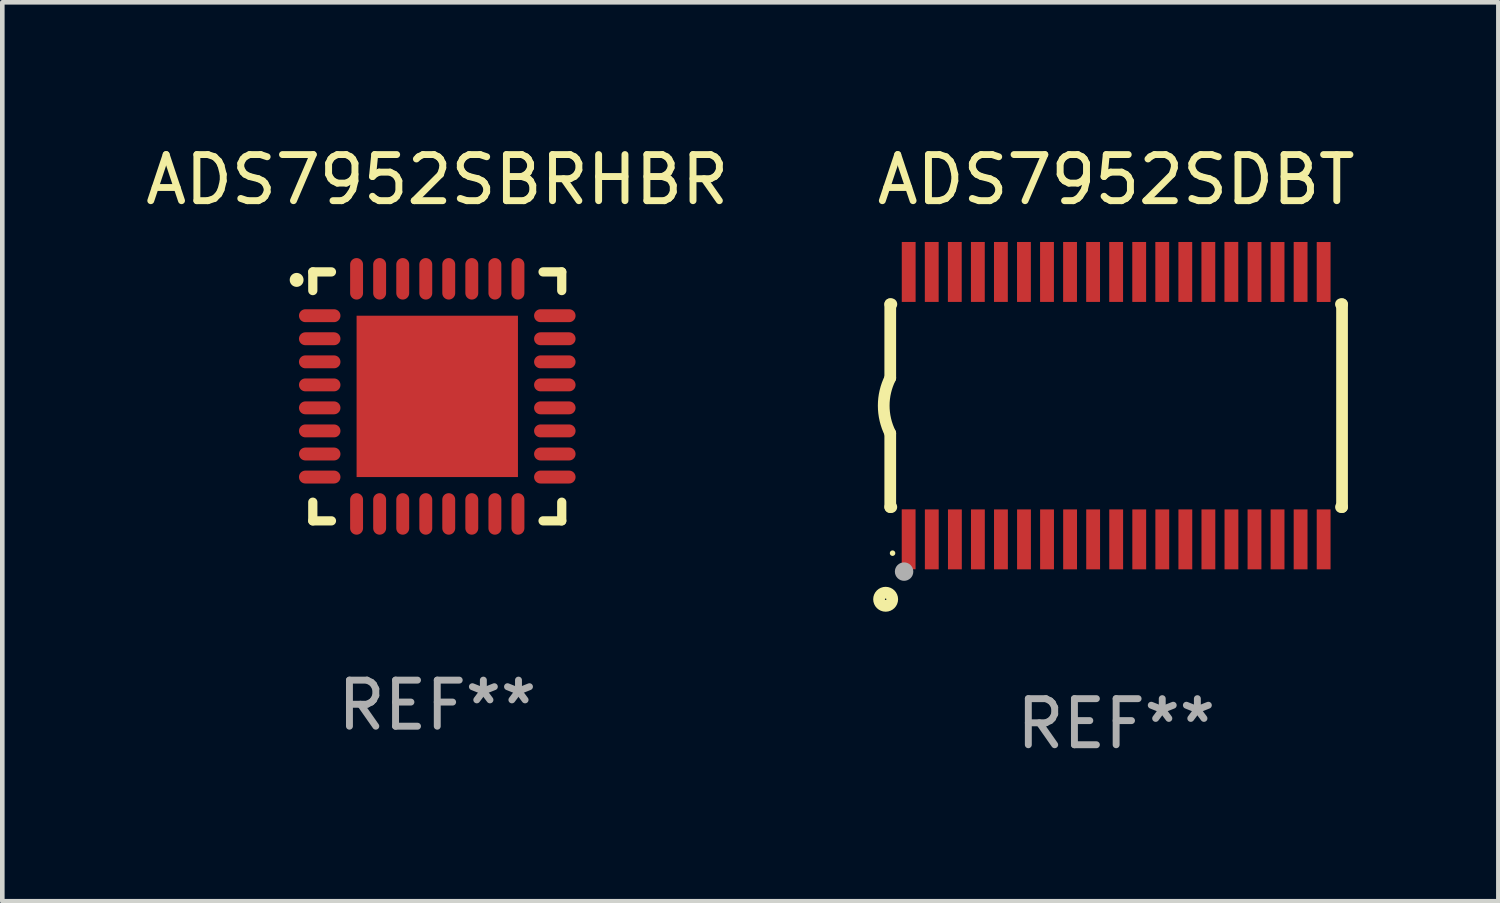
<source format=kicad_pcb>
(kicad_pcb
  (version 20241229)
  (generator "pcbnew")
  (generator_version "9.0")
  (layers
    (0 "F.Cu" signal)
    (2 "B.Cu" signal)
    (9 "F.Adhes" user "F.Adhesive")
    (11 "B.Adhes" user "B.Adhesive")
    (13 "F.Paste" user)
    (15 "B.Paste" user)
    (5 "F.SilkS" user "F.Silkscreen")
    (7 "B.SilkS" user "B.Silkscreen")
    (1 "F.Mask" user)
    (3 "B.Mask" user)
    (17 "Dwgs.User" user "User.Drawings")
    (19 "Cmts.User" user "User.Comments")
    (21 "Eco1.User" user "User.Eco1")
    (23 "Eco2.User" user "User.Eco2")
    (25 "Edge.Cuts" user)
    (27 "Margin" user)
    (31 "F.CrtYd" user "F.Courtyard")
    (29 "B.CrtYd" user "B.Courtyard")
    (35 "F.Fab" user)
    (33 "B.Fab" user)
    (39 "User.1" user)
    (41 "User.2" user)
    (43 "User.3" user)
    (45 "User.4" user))
  (footprint "ADS7952SBRHBR"
    (layer "F.Cu")
    (at 6.435 5.548)
    (property "Reference" "ADS7952SBRHBR" (at 0 -4.7 0) (layer "F.SilkS") (effects (font (size 1 1) (thickness 0.15))))
    (attr through_hole)
    (fp_line (start -2.7 -2.7) (end -2.295 -2.7) (stroke (width 0.2) (type solid)) (layer "F.SilkS"))
    (fp_line (start -2.7 -2.295) (end -2.7 -2.7) (stroke (width 0.2) (type solid)) (layer "F.SilkS"))
    (fp_line (start -2.7 2.295) (end -2.7 2.7) (stroke (width 0.2) (type solid)) (layer "F.SilkS"))
    (fp_line (start -2.7 2.7) (end -2.295 2.7) (stroke (width 0.2) (type solid)) (layer "F.SilkS"))
    (fp_line (start 2.295 -2.7) (end 2.7 -2.7) (stroke (width 0.2) (type solid)) (layer "F.SilkS"))
    (fp_line (start 2.295 2.7) (end 2.7 2.7) (stroke (width 0.2) (type solid)) (layer "F.SilkS"))
    (fp_line (start 2.7 -2.7) (end 2.7 -2.295) (stroke (width 0.2) (type solid)) (layer "F.SilkS"))
    (fp_line (start 2.7 2.7) (end 2.7 2.295) (stroke (width 0.2) (type solid)) (layer "F.SilkS"))
    (fp_arc (start -3.050546 -2.525349) (mid -3.050551 -2.526619) (end -3.050546 -2.527889) (stroke (width 0.3) (type solid)) (layer "F.SilkS"))
    (fp_text user "REF**" (at 0 6.7 0) (layer "F.Fab") (effects (font (size 1 1) (thickness 0.15))))
    (pad "1" smd oval (at -2.55 -1.75 270) (size 0.28 0.9) (layers "F.Cu" "F.Mask" "F.Paste"))
    (pad "2" smd oval (at -2.55 -1.25 270) (size 0.28 0.9) (layers "F.Cu" "F.Mask" "F.Paste"))
    (pad "3" smd oval (at -2.55 -0.749 270) (size 0.28 0.9) (layers "F.Cu" "F.Mask" "F.Paste"))
    (pad "4" smd oval (at -2.55 -0.249 270) (size 0.28 0.9) (layers "F.Cu" "F.Mask" "F.Paste"))
    (pad "5" smd oval (at -2.55 0.249 270) (size 0.28 0.9) (layers "F.Cu" "F.Mask" "F.Paste"))
    (pad "6" smd oval (at -2.55 0.749 270) (size 0.28 0.9) (layers "F.Cu" "F.Mask" "F.Paste"))
    (pad "7" smd oval (at -2.55 1.25 270) (size 0.28 0.9) (layers "F.Cu" "F.Mask" "F.Paste"))
    (pad "8" smd oval (at -2.55 1.75 270) (size 0.28 0.9) (layers "F.Cu" "F.Mask" "F.Paste"))
    (pad "9" smd oval (at -1.75 2.55 270) (size 0.9 0.28) (layers "F.Cu" "F.Mask" "F.Paste"))
    (pad "10" smd oval (at -1.25 2.55 270) (size 0.9 0.28) (layers "F.Cu" "F.Mask" "F.Paste"))
    (pad "11" smd oval (at -0.749 2.55 270) (size 0.9 0.28) (layers "F.Cu" "F.Mask" "F.Paste"))
    (pad "12" smd oval (at -0.249 2.55 270) (size 0.9 0.28) (layers "F.Cu" "F.Mask" "F.Paste"))
    (pad "13" smd oval (at 0.249 2.55 270) (size 0.9 0.28) (layers "F.Cu" "F.Mask" "F.Paste"))
    (pad "14" smd oval (at 0.749 2.55 270) (size 0.9 0.28) (layers "F.Cu" "F.Mask" "F.Paste"))
    (pad "15" smd oval (at 1.25 2.55 270) (size 0.9 0.28) (layers "F.Cu" "F.Mask" "F.Paste"))
    (pad "16" smd oval (at 1.75 2.55 270) (size 0.9 0.28) (layers "F.Cu" "F.Mask" "F.Paste"))
    (pad "17" smd oval (at 2.55 1.75 270) (size 0.28 0.9) (layers "F.Cu" "F.Mask" "F.Paste"))
    (pad "18" smd oval (at 2.55 1.25 270) (size 0.28 0.9) (layers "F.Cu" "F.Mask" "F.Paste"))
    (pad "19" smd oval (at 2.55 0.749 270) (size 0.28 0.9) (layers "F.Cu" "F.Mask" "F.Paste"))
    (pad "20" smd oval (at 2.55 0.249 270) (size 0.28 0.9) (layers "F.Cu" "F.Mask" "F.Paste"))
    (pad "21" smd oval (at 2.55 -0.249 270) (size 0.28 0.9) (layers "F.Cu" "F.Mask" "F.Paste"))
    (pad "22" smd oval (at 2.55 -0.749 270) (size 0.28 0.9) (layers "F.Cu" "F.Mask" "F.Paste"))
    (pad "23" smd oval (at 2.55 -1.25 270) (size 0.28 0.9) (layers "F.Cu" "F.Mask" "F.Paste"))
    (pad "24" smd oval (at 2.55 -1.75 270) (size 0.28 0.9) (layers "F.Cu" "F.Mask" "F.Paste"))
    (pad "25" smd oval (at 1.75 -2.55 270) (size 0.9 0.28) (layers "F.Cu" "F.Mask" "F.Paste"))
    (pad "26" smd oval (at 1.25 -2.55 270) (size 0.9 0.28) (layers "F.Cu" "F.Mask" "F.Paste"))
    (pad "27" smd oval (at 0.749 -2.55 270) (size 0.9 0.28) (layers "F.Cu" "F.Mask" "F.Paste"))
    (pad "28" smd oval (at 0.249 -2.55 270) (size 0.9 0.28) (layers "F.Cu" "F.Mask" "F.Paste"))
    (pad "29" smd oval (at -0.249 -2.55 270) (size 0.9 0.28) (layers "F.Cu" "F.Mask" "F.Paste"))
    (pad "30" smd oval (at -0.749 -2.55 270) (size 0.9 0.28) (layers "F.Cu" "F.Mask" "F.Paste"))
    (pad "31" smd oval (at -1.25 -2.55 270) (size 0.9 0.28) (layers "F.Cu" "F.Mask" "F.Paste"))
    (pad "32" smd oval (at -1.75 -2.55 270) (size 0.9 0.28) (layers "F.Cu" "F.Mask" "F.Paste"))
    (pad "33" smd rect (at 0.000127 0.000229 270) (size 3.5 3.5) (layers "F.Cu" "F.Mask" "F.Paste")))
  (footprint "ADS7952SDBT"
    (layer "F.Cu")
    (at 21.161 5.749)
    (property "Reference" "ADS7952SDBT" (at 0 -4.901 0) (layer "F.SilkS") (effects (font (size 1 1) (thickness 0.15))))
    (attr through_hole)
    (fp_line (start -4.9 -2.2) (end -4.9 -0.6) (stroke (width 0.254) (type solid)) (layer "F.SilkS"))
    (fp_line (start -4.9 -2.2) (end -4.876 -2.2) (stroke (width 0.254) (type solid)) (layer "F.SilkS"))
    (fp_line (start -4.9 2.2) (end -4.9 0.6) (stroke (width 0.254) (type solid)) (layer "F.SilkS"))
    (fp_line (start -4.9 2.2) (end -4.877 2.2) (stroke (width 0.254) (type solid)) (layer "F.SilkS"))
    (fp_line (start 4.876 -2.2) (end 4.9 -2.2) (stroke (width 0.254) (type solid)) (layer "F.SilkS"))
    (fp_line (start 4.877 2.2) (end 4.9 2.2) (stroke (width 0.254) (type solid)) (layer "F.SilkS"))
    (fp_line (start 4.9 -2.2) (end 4.9 2.2) (stroke (width 0.254) (type solid)) (layer "F.SilkS"))
    (fp_arc (start -4.900051 0.599822) (mid -5.041652 -0.000095) (end -4.9 -0.6) (stroke (width 0.254001) (type solid)) (layer "F.SilkS"))
    (fp_circle (center -5 4.2) (end -4.857 4.2) (stroke (width 0.254) (type solid)) (fill no) (layer "F.SilkS"))
    (fp_circle (center -4.85 3.2) (end -4.82 3.2) (stroke (width 0.06) (type solid)) (fill no) (layer "F.SilkS"))
    (fp_circle (center -4.6 3.6) (end -4.5 3.6) (stroke (width 0.2) (type solid)) (fill no) (layer "F.Fab"))
    (fp_text user "REF**" (at 0 6.901 0) (layer "F.Fab") (effects (font (size 1 1) (thickness 0.15))))
    (pad "1" smd rect (at -4.501 2.899 90) (size 1.3 0.3) (layers "F.Cu" "F.Mask" "F.Paste"))
    (pad "2" smd rect (at -3.999 2.901 90) (size 1.3 0.3) (layers "F.Cu" "F.Mask" "F.Paste"))
    (pad "3" smd rect (at -3.498 2.901 90) (size 1.3 0.3) (layers "F.Cu" "F.Mask" "F.Paste"))
    (pad "4" smd rect (at -2.999 2.901 90) (size 1.3 0.3) (layers "F.Cu" "F.Mask" "F.Paste"))
    (pad "5" smd rect (at -2.499 2.901 90) (size 1.3 0.3) (layers "F.Cu" "F.Mask" "F.Paste"))
    (pad "6" smd rect (at -1.999 2.901 90) (size 1.3 0.3) (layers "F.Cu" "F.Mask" "F.Paste"))
    (pad "7" smd rect (at -1.499 2.901 90) (size 1.3 0.3) (layers "F.Cu" "F.Mask" "F.Paste"))
    (pad "8" smd rect (at -0.999 2.901 90) (size 1.3 0.3) (layers "F.Cu" "F.Mask" "F.Paste"))
    (pad "9" smd rect (at -0.499 2.901 90) (size 1.3 0.3) (layers "F.Cu" "F.Mask" "F.Paste"))
    (pad "10" smd rect (at 0.001 2.901 90) (size 1.3 0.3) (layers "F.Cu" "F.Mask" "F.Paste"))
    (pad "11" smd rect (at 0.501 2.901 90) (size 1.3 0.3) (layers "F.Cu" "F.Mask" "F.Paste"))
    (pad "12" smd rect (at 1.001 2.901 90) (size 1.3 0.3) (layers "F.Cu" "F.Mask" "F.Paste"))
    (pad "13" smd rect (at 1.501 2.901 90) (size 1.3 0.3) (layers "F.Cu" "F.Mask" "F.Paste"))
    (pad "14" smd rect (at 2.001 2.901 90) (size 1.3 0.3) (layers "F.Cu" "F.Mask" "F.Paste"))
    (pad "15" smd rect (at 2.501 2.901 90) (size 1.3 0.3) (layers "F.Cu" "F.Mask" "F.Paste"))
    (pad "16" smd rect (at 3.001 2.901 90) (size 1.3 0.3) (layers "F.Cu" "F.Mask" "F.Paste"))
    (pad "17" smd rect (at 3.501 2.901 90) (size 1.3 0.3) (layers "F.Cu" "F.Mask" "F.Paste"))
    (pad "18" smd rect (at 4.001 2.901 90) (size 1.3 0.3) (layers "F.Cu" "F.Mask" "F.Paste"))
    (pad "19" smd rect (at 4.501 2.901 90) (size 1.3 0.3) (layers "F.Cu" "F.Mask" "F.Paste"))
    (pad "20" smd rect (at 4.501 -2.899 90) (size 1.3 0.3) (layers "F.Cu" "F.Mask" "F.Paste"))
    (pad "21" smd rect (at 4.001 -2.9 90) (size 1.3 0.3) (layers "F.Cu" "F.Mask" "F.Paste"))
    (pad "22" smd rect (at 3.501 -2.899 90) (size 1.3 0.3) (layers "F.Cu" "F.Mask" "F.Paste"))
    (pad "23" smd rect (at 3.002 -2.899 90) (size 1.3 0.3) (layers "F.Cu" "F.Mask" "F.Paste"))
    (pad "24" smd rect (at 2.499 -2.901 90) (size 1.3 0.3) (layers "F.Cu" "F.Mask" "F.Paste"))
    (pad "25" smd rect (at 2 -2.9 90) (size 1.3 0.3) (layers "F.Cu" "F.Mask" "F.Paste"))
    (pad "26" smd rect (at 1.5 -2.9 90) (size 1.3 0.3) (layers "F.Cu" "F.Mask" "F.Paste"))
    (pad "27" smd rect (at 1 -2.9 90) (size 1.3 0.3) (layers "F.Cu" "F.Mask" "F.Paste"))
    (pad "28" smd rect (at 0.5 -2.9 90) (size 1.3 0.3) (layers "F.Cu" "F.Mask" "F.Paste"))
    (pad "29" smd rect (at 0.000127 -2.9 90) (size 1.3 0.3) (layers "F.Cu" "F.Mask" "F.Paste"))
    (pad "30" smd rect (at -0.5 -2.9 90) (size 1.3 0.3) (layers "F.Cu" "F.Mask" "F.Paste"))
    (pad "31" smd rect (at -1 -2.9 90) (size 1.3 0.3) (layers "F.Cu" "F.Mask" "F.Paste"))
    (pad "32" smd rect (at -1.5 -2.9 90) (size 1.3 0.3) (layers "F.Cu" "F.Mask" "F.Paste"))
    (pad "33" smd rect (at -2 -2.9 90) (size 1.3 0.3) (layers "F.Cu" "F.Mask" "F.Paste"))
    (pad "34" smd rect (at -2.5 -2.9 90) (size 1.3 0.3) (layers "F.Cu" "F.Mask" "F.Paste"))
    (pad "35" smd rect (at -3 -2.9 90) (size 1.3 0.3) (layers "F.Cu" "F.Mask" "F.Paste"))
    (pad "36" smd rect (at -3.5 -2.9 90) (size 1.3 0.3) (layers "F.Cu" "F.Mask" "F.Paste"))
    (pad "37" smd rect (at -4 -2.9 90) (size 1.3 0.3) (layers "F.Cu" "F.Mask" "F.Paste"))
    (pad "38" smd rect (at -4.5 -2.9 90) (size 1.3 0.3) (layers "F.Cu" "F.Mask" "F.Paste")))
  (gr_rect
    (start -3 -3)
    (end 29.452 16.499)
    (stroke (width 0.1) (type default))
    (fill no)
    (layer "Edge.Cuts")))
</source>
